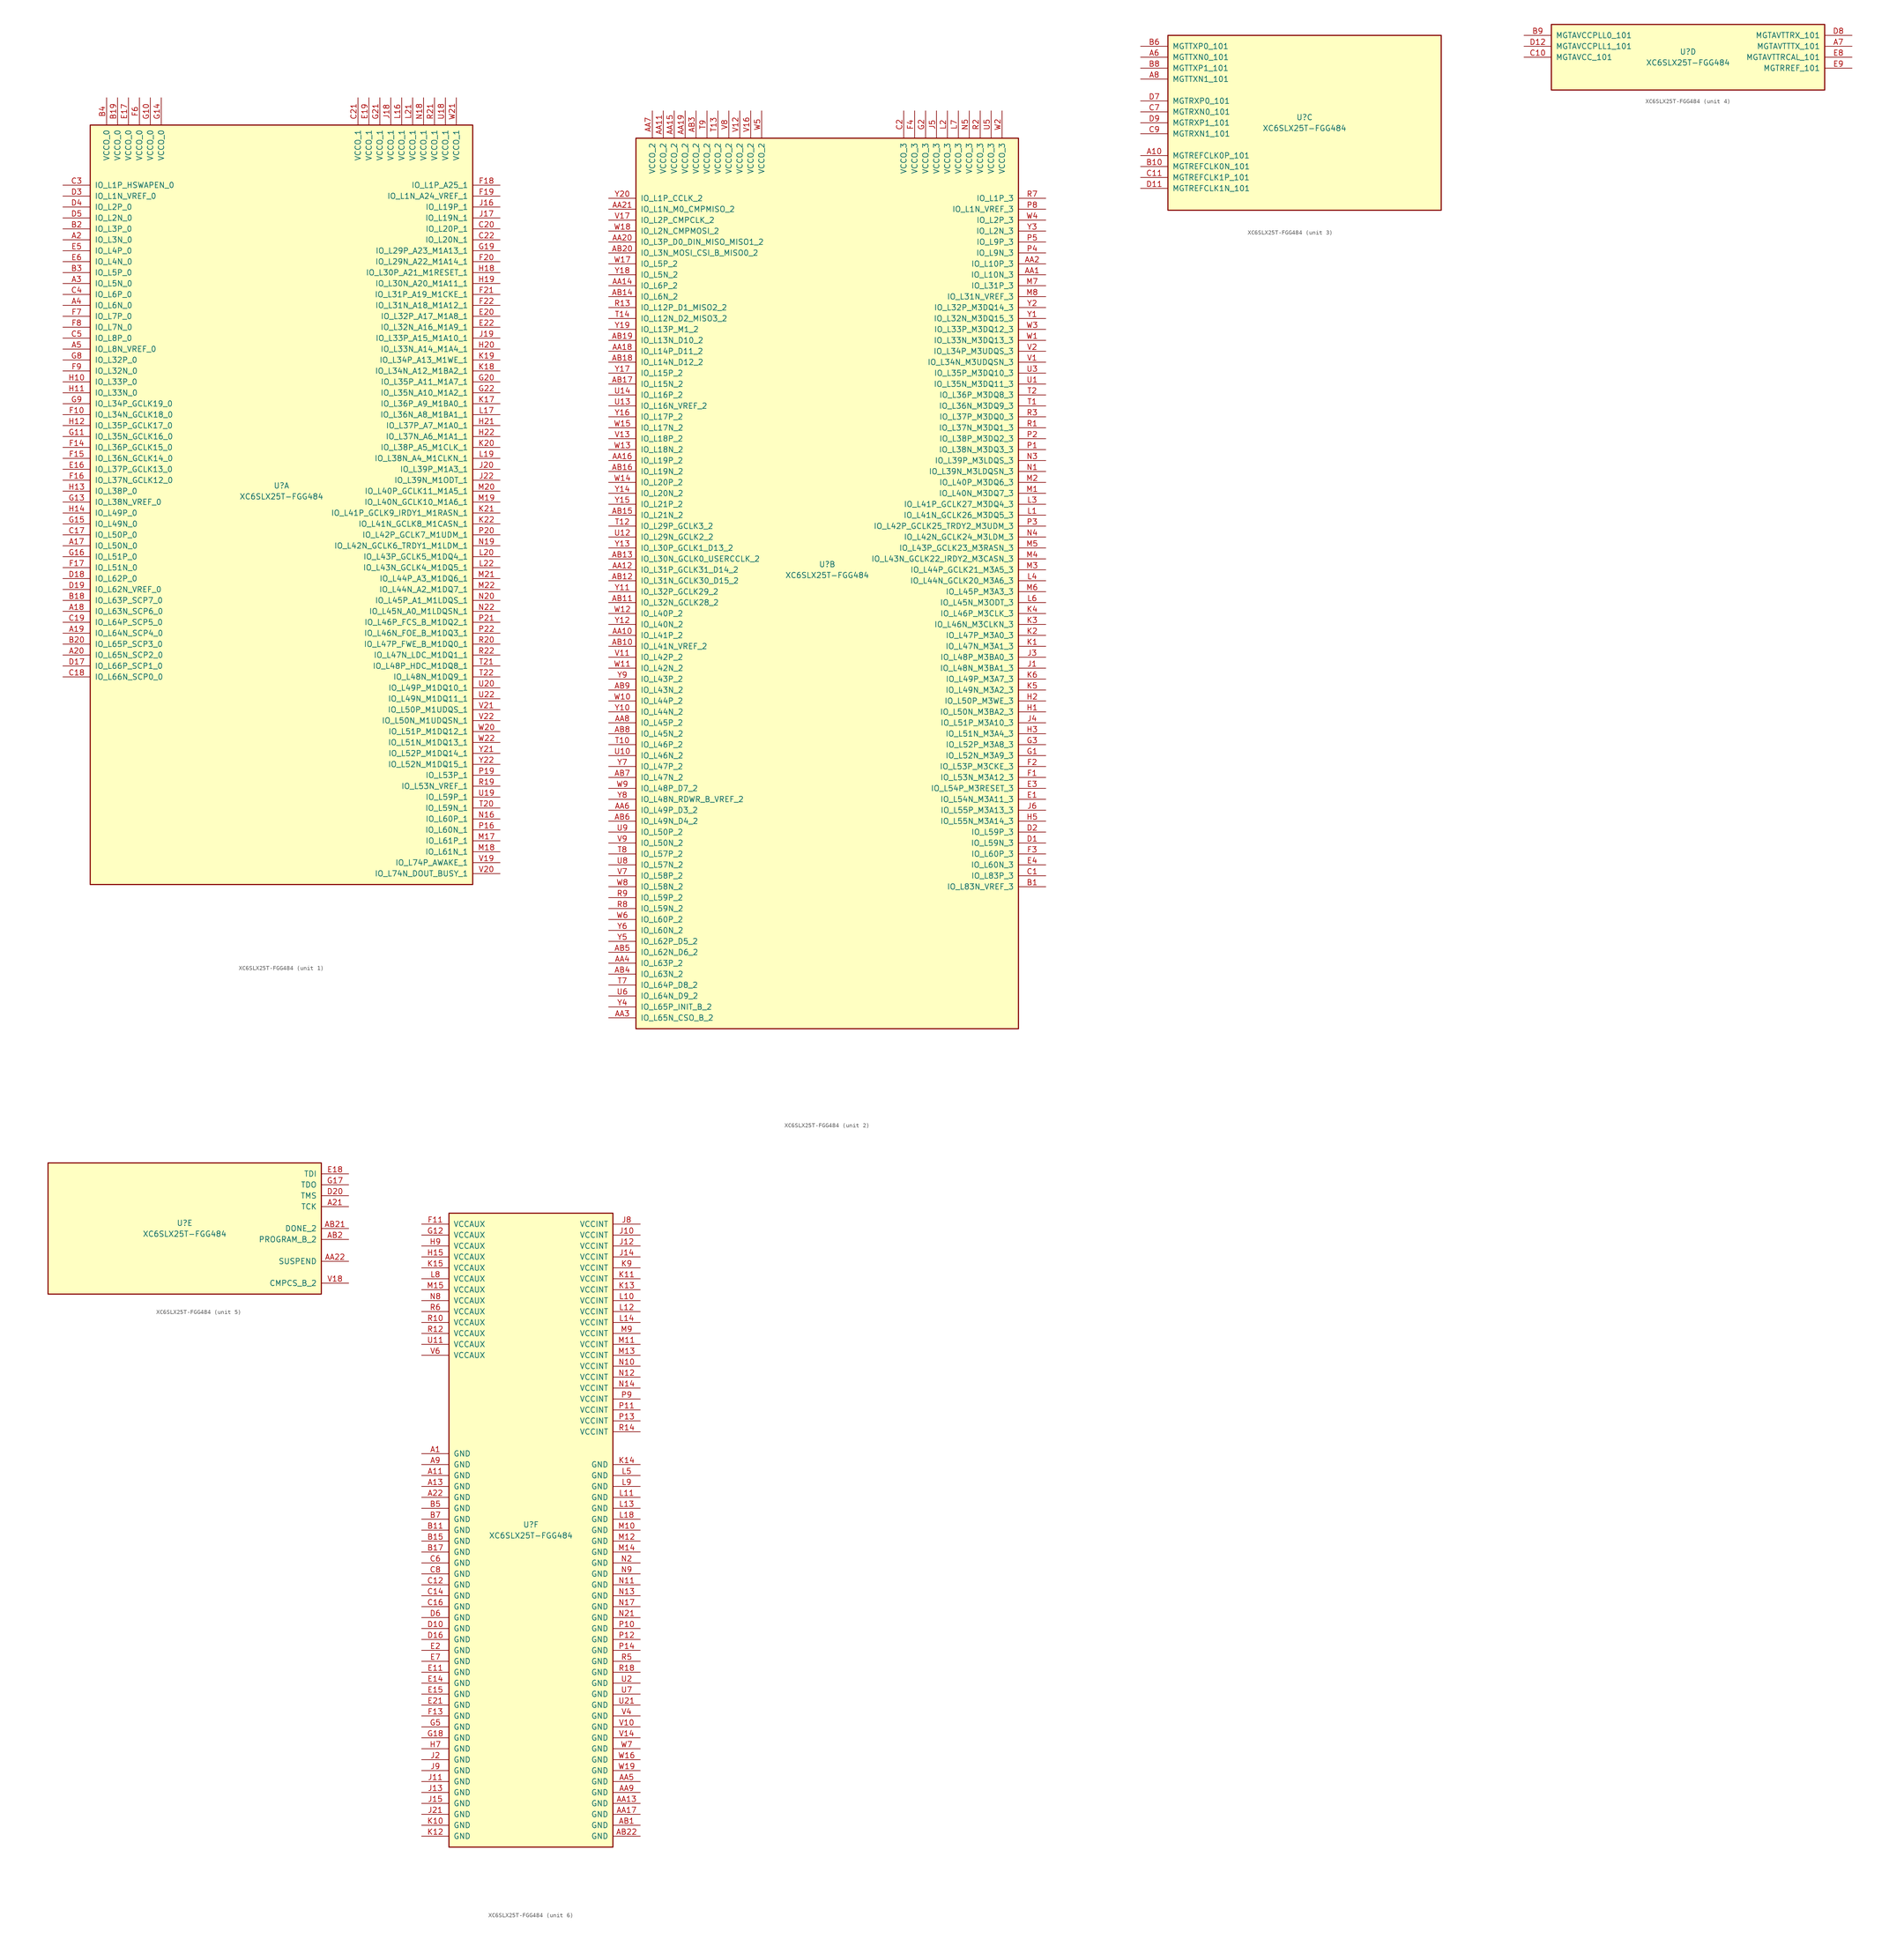
<source format=kicad_sym>
(kicad_symbol_lib
  (version 20201005)
  (generator kicad_symbol_editor)
  (symbol "XC6SLX25T-FGG484"
    (pin_names
      (offset 1.016))
    (property "Reference" "U"
      (at 0 1.27 0)
      (effects (font (size 1.27 1.27))))
    (property "Value" "XC6SLX25T-FGG484"
      (at 0 -1.27 0)
      (effects (font (size 1.27 1.27))))
    (property "Datasheet" ""
      (at 0 0 0)
      (effects (font (size 1.27 1.27))))
    (property "ki_locked" ""
      (at 0 0 0)
      (effects (font (size 1.27 1.27))))
    (symbol "XC6SLX25T-FGG484_1_1"
      (rectangle (start -44.45 85.09) (end 44.45 -91.44) (stroke (width 0.254)) (fill (type background)))
      (pin bidirectional line (at -50.8 -12.7 0) (length 6.35) (name "IO_L50N_0" (effects (font (size 1.27 1.27)))) (number "A17" (effects (font (size 1.27 1.27)))))
      (pin bidirectional line (at -50.8 -27.94 0) (length 6.35) (name "IO_L63N_SCP6_0" (effects (font (size 1.27 1.27)))) (number "A18" (effects (font (size 1.27 1.27)))))
      (pin bidirectional line (at -50.8 -33.02 0) (length 6.35) (name "IO_L64N_SCP4_0" (effects (font (size 1.27 1.27)))) (number "A19" (effects (font (size 1.27 1.27)))))
      (pin bidirectional line (at -50.8 58.42 0) (length 6.35) (name "IO_L3N_0" (effects (font (size 1.27 1.27)))) (number "A2" (effects (font (size 1.27 1.27)))))
      (pin bidirectional line (at -50.8 -38.1 0) (length 6.35) (name "IO_L65N_SCP2_0" (effects (font (size 1.27 1.27)))) (number "A20" (effects (font (size 1.27 1.27)))))
      (pin bidirectional line (at -50.8 48.26 0) (length 6.35) (name "IO_L5N_0" (effects (font (size 1.27 1.27)))) (number "A3" (effects (font (size 1.27 1.27)))))
      (pin bidirectional line (at -50.8 43.18 0) (length 6.35) (name "IO_L6N_0" (effects (font (size 1.27 1.27)))) (number "A4" (effects (font (size 1.27 1.27)))))
      (pin bidirectional line (at -50.8 33.02 0) (length 6.35) (name "IO_L8N_VREF_0" (effects (font (size 1.27 1.27)))) (number "A5" (effects (font (size 1.27 1.27)))))
      (pin bidirectional line (at -50.8 -25.4 0) (length 6.35) (name "IO_L63P_SCP7_0" (effects (font (size 1.27 1.27)))) (number "B18" (effects (font (size 1.27 1.27)))))
      (pin power_in line (at -38.1 91.44 270) (length 6.35) (name "VCCO_0" (effects (font (size 1.27 1.27)))) (number "B19" (effects (font (size 1.27 1.27)))))
      (pin bidirectional line (at -50.8 60.96 0) (length 6.35) (name "IO_L3P_0" (effects (font (size 1.27 1.27)))) (number "B2" (effects (font (size 1.27 1.27)))))
      (pin bidirectional line (at -50.8 -35.56 0) (length 6.35) (name "IO_L65P_SCP3_0" (effects (font (size 1.27 1.27)))) (number "B20" (effects (font (size 1.27 1.27)))))
      (pin bidirectional line (at -50.8 50.8 0) (length 6.35) (name "IO_L5P_0" (effects (font (size 1.27 1.27)))) (number "B3" (effects (font (size 1.27 1.27)))))
      (pin power_in line (at -40.64 91.44 270) (length 6.35) (name "VCCO_0" (effects (font (size 1.27 1.27)))) (number "B4" (effects (font (size 1.27 1.27)))))
      (pin bidirectional line (at -50.8 -10.16 0) (length 6.35) (name "IO_L50P_0" (effects (font (size 1.27 1.27)))) (number "C17" (effects (font (size 1.27 1.27)))))
      (pin bidirectional line (at -50.8 -43.18 0) (length 6.35) (name "IO_L66N_SCP0_0" (effects (font (size 1.27 1.27)))) (number "C18" (effects (font (size 1.27 1.27)))))
      (pin bidirectional line (at -50.8 -30.48 0) (length 6.35) (name "IO_L64P_SCP5_0" (effects (font (size 1.27 1.27)))) (number "C19" (effects (font (size 1.27 1.27)))))
      (pin bidirectional line (at 50.8 60.96 180) (length 6.35) (name "IO_L20P_1" (effects (font (size 1.27 1.27)))) (number "C20" (effects (font (size 1.27 1.27)))))
      (pin power_in line (at 17.78 91.44 270) (length 6.35) (name "VCCO_1" (effects (font (size 1.27 1.27)))) (number "C21" (effects (font (size 1.27 1.27)))))
      (pin bidirectional line (at 50.8 58.42 180) (length 6.35) (name "IO_L20N_1" (effects (font (size 1.27 1.27)))) (number "C22" (effects (font (size 1.27 1.27)))))
      (pin bidirectional line (at -50.8 71.12 0) (length 6.35) (name "IO_L1P_HSWAPEN_0" (effects (font (size 1.27 1.27)))) (number "C3" (effects (font (size 1.27 1.27)))))
      (pin bidirectional line (at -50.8 45.72 0) (length 6.35) (name "IO_L6P_0" (effects (font (size 1.27 1.27)))) (number "C4" (effects (font (size 1.27 1.27)))))
      (pin bidirectional line (at -50.8 35.56 0) (length 6.35) (name "IO_L8P_0" (effects (font (size 1.27 1.27)))) (number "C5" (effects (font (size 1.27 1.27)))))
      (pin bidirectional line (at -50.8 -40.64 0) (length 6.35) (name "IO_L66P_SCP1_0" (effects (font (size 1.27 1.27)))) (number "D17" (effects (font (size 1.27 1.27)))))
      (pin bidirectional line (at -50.8 -20.32 0) (length 6.35) (name "IO_L62P_0" (effects (font (size 1.27 1.27)))) (number "D18" (effects (font (size 1.27 1.27)))))
      (pin bidirectional line (at -50.8 -22.86 0) (length 6.35) (name "IO_L62N_VREF_0" (effects (font (size 1.27 1.27)))) (number "D19" (effects (font (size 1.27 1.27)))))
      (pin bidirectional line (at -50.8 68.58 0) (length 6.35) (name "IO_L1N_VREF_0" (effects (font (size 1.27 1.27)))) (number "D3" (effects (font (size 1.27 1.27)))))
      (pin bidirectional line (at -50.8 66.04 0) (length 6.35) (name "IO_L2P_0" (effects (font (size 1.27 1.27)))) (number "D4" (effects (font (size 1.27 1.27)))))
      (pin bidirectional line (at -50.8 63.5 0) (length 6.35) (name "IO_L2N_0" (effects (font (size 1.27 1.27)))) (number "D5" (effects (font (size 1.27 1.27)))))
      (pin bidirectional line (at -50.8 5.08 0) (length 6.35) (name "IO_L37P_GCLK13_0" (effects (font (size 1.27 1.27)))) (number "E16" (effects (font (size 1.27 1.27)))))
      (pin power_in line (at -35.56 91.44 270) (length 6.35) (name "VCCO_0" (effects (font (size 1.27 1.27)))) (number "E17" (effects (font (size 1.27 1.27)))))
      (pin power_in line (at 20.32 91.44 270) (length 6.35) (name "VCCO_1" (effects (font (size 1.27 1.27)))) (number "E19" (effects (font (size 1.27 1.27)))))
      (pin bidirectional line (at 50.8 40.64 180) (length 6.35) (name "IO_L32P_A17_M1A8_1" (effects (font (size 1.27 1.27)))) (number "E20" (effects (font (size 1.27 1.27)))))
      (pin bidirectional line (at 50.8 38.1 180) (length 6.35) (name "IO_L32N_A16_M1A9_1" (effects (font (size 1.27 1.27)))) (number "E22" (effects (font (size 1.27 1.27)))))
      (pin bidirectional line (at -50.8 55.88 0) (length 6.35) (name "IO_L4P_0" (effects (font (size 1.27 1.27)))) (number "E5" (effects (font (size 1.27 1.27)))))
      (pin bidirectional line (at -50.8 53.34 0) (length 6.35) (name "IO_L4N_0" (effects (font (size 1.27 1.27)))) (number "E6" (effects (font (size 1.27 1.27)))))
      (pin bidirectional line (at -50.8 17.78 0) (length 6.35) (name "IO_L34N_GCLK18_0" (effects (font (size 1.27 1.27)))) (number "F10" (effects (font (size 1.27 1.27)))))
      (pin bidirectional line (at -50.8 10.16 0) (length 6.35) (name "IO_L36P_GCLK15_0" (effects (font (size 1.27 1.27)))) (number "F14" (effects (font (size 1.27 1.27)))))
      (pin bidirectional line (at -50.8 7.62 0) (length 6.35) (name "IO_L36N_GCLK14_0" (effects (font (size 1.27 1.27)))) (number "F15" (effects (font (size 1.27 1.27)))))
      (pin bidirectional line (at -50.8 2.54 0) (length 6.35) (name "IO_L37N_GCLK12_0" (effects (font (size 1.27 1.27)))) (number "F16" (effects (font (size 1.27 1.27)))))
      (pin bidirectional line (at -50.8 -17.78 0) (length 6.35) (name "IO_L51N_0" (effects (font (size 1.27 1.27)))) (number "F17" (effects (font (size 1.27 1.27)))))
      (pin bidirectional line (at 50.8 71.12 180) (length 6.35) (name "IO_L1P_A25_1" (effects (font (size 1.27 1.27)))) (number "F18" (effects (font (size 1.27 1.27)))))
      (pin bidirectional line (at 50.8 68.58 180) (length 6.35) (name "IO_L1N_A24_VREF_1" (effects (font (size 1.27 1.27)))) (number "F19" (effects (font (size 1.27 1.27)))))
      (pin bidirectional line (at 50.8 53.34 180) (length 6.35) (name "IO_L29N_A22_M1A14_1" (effects (font (size 1.27 1.27)))) (number "F20" (effects (font (size 1.27 1.27)))))
      (pin bidirectional line (at 50.8 45.72 180) (length 6.35) (name "IO_L31P_A19_M1CKE_1" (effects (font (size 1.27 1.27)))) (number "F21" (effects (font (size 1.27 1.27)))))
      (pin bidirectional line (at 50.8 43.18 180) (length 6.35) (name "IO_L31N_A18_M1A12_1" (effects (font (size 1.27 1.27)))) (number "F22" (effects (font (size 1.27 1.27)))))
      (pin power_in line (at -33.02 91.44 270) (length 6.35) (name "VCCO_0" (effects (font (size 1.27 1.27)))) (number "F6" (effects (font (size 1.27 1.27)))))
      (pin bidirectional line (at -50.8 40.64 0) (length 6.35) (name "IO_L7P_0" (effects (font (size 1.27 1.27)))) (number "F7" (effects (font (size 1.27 1.27)))))
      (pin bidirectional line (at -50.8 38.1 0) (length 6.35) (name "IO_L7N_0" (effects (font (size 1.27 1.27)))) (number "F8" (effects (font (size 1.27 1.27)))))
      (pin bidirectional line (at -50.8 27.94 0) (length 6.35) (name "IO_L32N_0" (effects (font (size 1.27 1.27)))) (number "F9" (effects (font (size 1.27 1.27)))))
      (pin power_in line (at -30.48 91.44 270) (length 6.35) (name "VCCO_0" (effects (font (size 1.27 1.27)))) (number "G10" (effects (font (size 1.27 1.27)))))
      (pin bidirectional line (at -50.8 12.7 0) (length 6.35) (name "IO_L35N_GCLK16_0" (effects (font (size 1.27 1.27)))) (number "G11" (effects (font (size 1.27 1.27)))))
      (pin bidirectional line (at -50.8 -2.54 0) (length 6.35) (name "IO_L38N_VREF_0" (effects (font (size 1.27 1.27)))) (number "G13" (effects (font (size 1.27 1.27)))))
      (pin power_in line (at -27.94 91.44 270) (length 6.35) (name "VCCO_0" (effects (font (size 1.27 1.27)))) (number "G14" (effects (font (size 1.27 1.27)))))
      (pin bidirectional line (at -50.8 -7.62 0) (length 6.35) (name "IO_L49N_0" (effects (font (size 1.27 1.27)))) (number "G15" (effects (font (size 1.27 1.27)))))
      (pin bidirectional line (at -50.8 -15.24 0) (length 6.35) (name "IO_L51P_0" (effects (font (size 1.27 1.27)))) (number "G16" (effects (font (size 1.27 1.27)))))
      (pin bidirectional line (at 50.8 55.88 180) (length 6.35) (name "IO_L29P_A23_M1A13_1" (effects (font (size 1.27 1.27)))) (number "G19" (effects (font (size 1.27 1.27)))))
      (pin bidirectional line (at 50.8 25.4 180) (length 6.35) (name "IO_L35P_A11_M1A7_1" (effects (font (size 1.27 1.27)))) (number "G20" (effects (font (size 1.27 1.27)))))
      (pin power_in line (at 22.86 91.44 270) (length 6.35) (name "VCCO_1" (effects (font (size 1.27 1.27)))) (number "G21" (effects (font (size 1.27 1.27)))))
      (pin bidirectional line (at 50.8 22.86 180) (length 6.35) (name "IO_L35N_A10_M1A2_1" (effects (font (size 1.27 1.27)))) (number "G22" (effects (font (size 1.27 1.27)))))
      (pin bidirectional line (at -50.8 30.48 0) (length 6.35) (name "IO_L32P_0" (effects (font (size 1.27 1.27)))) (number "G8" (effects (font (size 1.27 1.27)))))
      (pin bidirectional line (at -50.8 20.32 0) (length 6.35) (name "IO_L34P_GCLK19_0" (effects (font (size 1.27 1.27)))) (number "G9" (effects (font (size 1.27 1.27)))))
      (pin bidirectional line (at -50.8 25.4 0) (length 6.35) (name "IO_L33P_0" (effects (font (size 1.27 1.27)))) (number "H10" (effects (font (size 1.27 1.27)))))
      (pin bidirectional line (at -50.8 22.86 0) (length 6.35) (name "IO_L33N_0" (effects (font (size 1.27 1.27)))) (number "H11" (effects (font (size 1.27 1.27)))))
      (pin bidirectional line (at -50.8 15.24 0) (length 6.35) (name "IO_L35P_GCLK17_0" (effects (font (size 1.27 1.27)))) (number "H12" (effects (font (size 1.27 1.27)))))
      (pin bidirectional line (at -50.8 0 0) (length 6.35) (name "IO_L38P_0" (effects (font (size 1.27 1.27)))) (number "H13" (effects (font (size 1.27 1.27)))))
      (pin bidirectional line (at -50.8 -5.08 0) (length 6.35) (name "IO_L49P_0" (effects (font (size 1.27 1.27)))) (number "H14" (effects (font (size 1.27 1.27)))))
      (pin bidirectional line (at 50.8 50.8 180) (length 6.35) (name "IO_L30P_A21_M1RESET_1" (effects (font (size 1.27 1.27)))) (number "H18" (effects (font (size 1.27 1.27)))))
      (pin bidirectional line (at 50.8 48.26 180) (length 6.35) (name "IO_L30N_A20_M1A11_1" (effects (font (size 1.27 1.27)))) (number "H19" (effects (font (size 1.27 1.27)))))
      (pin bidirectional line (at 50.8 33.02 180) (length 6.35) (name "IO_L33N_A14_M1A4_1" (effects (font (size 1.27 1.27)))) (number "H20" (effects (font (size 1.27 1.27)))))
      (pin bidirectional line (at 50.8 15.24 180) (length 6.35) (name "IO_L37P_A7_M1A0_1" (effects (font (size 1.27 1.27)))) (number "H21" (effects (font (size 1.27 1.27)))))
      (pin bidirectional line (at 50.8 12.7 180) (length 6.35) (name "IO_L37N_A6_M1A1_1" (effects (font (size 1.27 1.27)))) (number "H22" (effects (font (size 1.27 1.27)))))
      (pin bidirectional line (at 50.8 66.04 180) (length 6.35) (name "IO_L19P_1" (effects (font (size 1.27 1.27)))) (number "J16" (effects (font (size 1.27 1.27)))))
      (pin bidirectional line (at 50.8 63.5 180) (length 6.35) (name "IO_L19N_1" (effects (font (size 1.27 1.27)))) (number "J17" (effects (font (size 1.27 1.27)))))
      (pin power_in line (at 25.4 91.44 270) (length 6.35) (name "VCCO_1" (effects (font (size 1.27 1.27)))) (number "J18" (effects (font (size 1.27 1.27)))))
      (pin bidirectional line (at 50.8 35.56 180) (length 6.35) (name "IO_L33P_A15_M1A10_1" (effects (font (size 1.27 1.27)))) (number "J19" (effects (font (size 1.27 1.27)))))
      (pin bidirectional line (at 50.8 5.08 180) (length 6.35) (name "IO_L39P_M1A3_1" (effects (font (size 1.27 1.27)))) (number "J20" (effects (font (size 1.27 1.27)))))
      (pin bidirectional line (at 50.8 2.54 180) (length 6.35) (name "IO_L39N_M1ODT_1" (effects (font (size 1.27 1.27)))) (number "J22" (effects (font (size 1.27 1.27)))))
      (pin bidirectional line (at 50.8 20.32 180) (length 6.35) (name "IO_L36P_A9_M1BA0_1" (effects (font (size 1.27 1.27)))) (number "K17" (effects (font (size 1.27 1.27)))))
      (pin bidirectional line (at 50.8 27.94 180) (length 6.35) (name "IO_L34N_A12_M1BA2_1" (effects (font (size 1.27 1.27)))) (number "K18" (effects (font (size 1.27 1.27)))))
      (pin bidirectional line (at 50.8 30.48 180) (length 6.35) (name "IO_L34P_A13_M1WE_1" (effects (font (size 1.27 1.27)))) (number "K19" (effects (font (size 1.27 1.27)))))
      (pin bidirectional line (at 50.8 10.16 180) (length 6.35) (name "IO_L38P_A5_M1CLK_1" (effects (font (size 1.27 1.27)))) (number "K20" (effects (font (size 1.27 1.27)))))
      (pin bidirectional line (at 50.8 -5.08 180) (length 6.35) (name "IO_L41P_GCLK9_IRDY1_M1RASN_1" (effects (font (size 1.27 1.27)))) (number "K21" (effects (font (size 1.27 1.27)))))
      (pin bidirectional line (at 50.8 -7.62 180) (length 6.35) (name "IO_L41N_GCLK8_M1CASN_1" (effects (font (size 1.27 1.27)))) (number "K22" (effects (font (size 1.27 1.27)))))
      (pin power_in line (at 27.94 91.44 270) (length 6.35) (name "VCCO_1" (effects (font (size 1.27 1.27)))) (number "L16" (effects (font (size 1.27 1.27)))))
      (pin bidirectional line (at 50.8 17.78 180) (length 6.35) (name "IO_L36N_A8_M1BA1_1" (effects (font (size 1.27 1.27)))) (number "L17" (effects (font (size 1.27 1.27)))))
      (pin bidirectional line (at 50.8 7.62 180) (length 6.35) (name "IO_L38N_A4_M1CLKN_1" (effects (font (size 1.27 1.27)))) (number "L19" (effects (font (size 1.27 1.27)))))
      (pin bidirectional line (at 50.8 -15.24 180) (length 6.35) (name "IO_L43P_GCLK5_M1DQ4_1" (effects (font (size 1.27 1.27)))) (number "L20" (effects (font (size 1.27 1.27)))))
      (pin power_in line (at 30.48 91.44 270) (length 6.35) (name "VCCO_1" (effects (font (size 1.27 1.27)))) (number "L21" (effects (font (size 1.27 1.27)))))
      (pin bidirectional line (at 50.8 -17.78 180) (length 6.35) (name "IO_L43N_GCLK4_M1DQ5_1" (effects (font (size 1.27 1.27)))) (number "L22" (effects (font (size 1.27 1.27)))))
      (pin bidirectional line (at 50.8 -81.28 180) (length 6.35) (name "IO_L61P_1" (effects (font (size 1.27 1.27)))) (number "M17" (effects (font (size 1.27 1.27)))))
      (pin bidirectional line (at 50.8 -83.82 180) (length 6.35) (name "IO_L61N_1" (effects (font (size 1.27 1.27)))) (number "M18" (effects (font (size 1.27 1.27)))))
      (pin bidirectional line (at 50.8 -2.54 180) (length 6.35) (name "IO_L40N_GCLK10_M1A6_1" (effects (font (size 1.27 1.27)))) (number "M19" (effects (font (size 1.27 1.27)))))
      (pin bidirectional line (at 50.8 0 180) (length 6.35) (name "IO_L40P_GCLK11_M1A5_1" (effects (font (size 1.27 1.27)))) (number "M20" (effects (font (size 1.27 1.27)))))
      (pin bidirectional line (at 50.8 -20.32 180) (length 6.35) (name "IO_L44P_A3_M1DQ6_1" (effects (font (size 1.27 1.27)))) (number "M21" (effects (font (size 1.27 1.27)))))
      (pin bidirectional line (at 50.8 -22.86 180) (length 6.35) (name "IO_L44N_A2_M1DQ7_1" (effects (font (size 1.27 1.27)))) (number "M22" (effects (font (size 1.27 1.27)))))
      (pin bidirectional line (at 50.8 -76.2 180) (length 6.35) (name "IO_L60P_1" (effects (font (size 1.27 1.27)))) (number "N16" (effects (font (size 1.27 1.27)))))
      (pin power_in line (at 33.02 91.44 270) (length 6.35) (name "VCCO_1" (effects (font (size 1.27 1.27)))) (number "N18" (effects (font (size 1.27 1.27)))))
      (pin bidirectional line (at 50.8 -12.7 180) (length 6.35) (name "IO_L42N_GCLK6_TRDY1_M1LDM_1" (effects (font (size 1.27 1.27)))) (number "N19" (effects (font (size 1.27 1.27)))))
      (pin bidirectional line (at 50.8 -25.4 180) (length 6.35) (name "IO_L45P_A1_M1LDQS_1" (effects (font (size 1.27 1.27)))) (number "N20" (effects (font (size 1.27 1.27)))))
      (pin bidirectional line (at 50.8 -27.94 180) (length 6.35) (name "IO_L45N_A0_M1LDQSN_1" (effects (font (size 1.27 1.27)))) (number "N22" (effects (font (size 1.27 1.27)))))
      (pin bidirectional line (at 50.8 -78.74 180) (length 6.35) (name "IO_L60N_1" (effects (font (size 1.27 1.27)))) (number "P16" (effects (font (size 1.27 1.27)))))
      (pin bidirectional line (at 50.8 -66.04 180) (length 6.35) (name "IO_L53P_1" (effects (font (size 1.27 1.27)))) (number "P19" (effects (font (size 1.27 1.27)))))
      (pin bidirectional line (at 50.8 -10.16 180) (length 6.35) (name "IO_L42P_GCLK7_M1UDM_1" (effects (font (size 1.27 1.27)))) (number "P20" (effects (font (size 1.27 1.27)))))
      (pin bidirectional line (at 50.8 -30.48 180) (length 6.35) (name "IO_L46P_FCS_B_M1DQ2_1" (effects (font (size 1.27 1.27)))) (number "P21" (effects (font (size 1.27 1.27)))))
      (pin bidirectional line (at 50.8 -33.02 180) (length 6.35) (name "IO_L46N_FOE_B_M1DQ3_1" (effects (font (size 1.27 1.27)))) (number "P22" (effects (font (size 1.27 1.27)))))
      (pin bidirectional line (at 50.8 -68.58 180) (length 6.35) (name "IO_L53N_VREF_1" (effects (font (size 1.27 1.27)))) (number "R19" (effects (font (size 1.27 1.27)))))
      (pin bidirectional line (at 50.8 -35.56 180) (length 6.35) (name "IO_L47P_FWE_B_M1DQ0_1" (effects (font (size 1.27 1.27)))) (number "R20" (effects (font (size 1.27 1.27)))))
      (pin power_in line (at 35.56 91.44 270) (length 6.35) (name "VCCO_1" (effects (font (size 1.27 1.27)))) (number "R21" (effects (font (size 1.27 1.27)))))
      (pin bidirectional line (at 50.8 -38.1 180) (length 6.35) (name "IO_L47N_LDC_M1DQ1_1" (effects (font (size 1.27 1.27)))) (number "R22" (effects (font (size 1.27 1.27)))))
      (pin bidirectional line (at 50.8 -73.66 180) (length 6.35) (name "IO_L59N_1" (effects (font (size 1.27 1.27)))) (number "T20" (effects (font (size 1.27 1.27)))))
      (pin bidirectional line (at 50.8 -40.64 180) (length 6.35) (name "IO_L48P_HDC_M1DQ8_1" (effects (font (size 1.27 1.27)))) (number "T21" (effects (font (size 1.27 1.27)))))
      (pin bidirectional line (at 50.8 -43.18 180) (length 6.35) (name "IO_L48N_M1DQ9_1" (effects (font (size 1.27 1.27)))) (number "T22" (effects (font (size 1.27 1.27)))))
      (pin power_in line (at 38.1 91.44 270) (length 6.35) (name "VCCO_1" (effects (font (size 1.27 1.27)))) (number "U18" (effects (font (size 1.27 1.27)))))
      (pin bidirectional line (at 50.8 -71.12 180) (length 6.35) (name "IO_L59P_1" (effects (font (size 1.27 1.27)))) (number "U19" (effects (font (size 1.27 1.27)))))
      (pin bidirectional line (at 50.8 -45.72 180) (length 6.35) (name "IO_L49P_M1DQ10_1" (effects (font (size 1.27 1.27)))) (number "U20" (effects (font (size 1.27 1.27)))))
      (pin bidirectional line (at 50.8 -48.26 180) (length 6.35) (name "IO_L49N_M1DQ11_1" (effects (font (size 1.27 1.27)))) (number "U22" (effects (font (size 1.27 1.27)))))
      (pin bidirectional line (at 50.8 -86.36 180) (length 6.35) (name "IO_L74P_AWAKE_1" (effects (font (size 1.27 1.27)))) (number "V19" (effects (font (size 1.27 1.27)))))
      (pin bidirectional line (at 50.8 -88.9 180) (length 6.35) (name "IO_L74N_DOUT_BUSY_1" (effects (font (size 1.27 1.27)))) (number "V20" (effects (font (size 1.27 1.27)))))
      (pin bidirectional line (at 50.8 -50.8 180) (length 6.35) (name "IO_L50P_M1UDQS_1" (effects (font (size 1.27 1.27)))) (number "V21" (effects (font (size 1.27 1.27)))))
      (pin bidirectional line (at 50.8 -53.34 180) (length 6.35) (name "IO_L50N_M1UDQSN_1" (effects (font (size 1.27 1.27)))) (number "V22" (effects (font (size 1.27 1.27)))))
      (pin bidirectional line (at 50.8 -55.88 180) (length 6.35) (name "IO_L51P_M1DQ12_1" (effects (font (size 1.27 1.27)))) (number "W20" (effects (font (size 1.27 1.27)))))
      (pin power_in line (at 40.64 91.44 270) (length 6.35) (name "VCCO_1" (effects (font (size 1.27 1.27)))) (number "W21" (effects (font (size 1.27 1.27)))))
      (pin bidirectional line (at 50.8 -58.42 180) (length 6.35) (name "IO_L51N_M1DQ13_1" (effects (font (size 1.27 1.27)))) (number "W22" (effects (font (size 1.27 1.27)))))
      (pin bidirectional line (at 50.8 -60.96 180) (length 6.35) (name "IO_L52P_M1DQ14_1" (effects (font (size 1.27 1.27)))) (number "Y21" (effects (font (size 1.27 1.27)))))
      (pin bidirectional line (at 50.8 -63.5 180) (length 6.35) (name "IO_L52N_M1DQ15_1" (effects (font (size 1.27 1.27)))) (number "Y22" (effects (font (size 1.27 1.27))))))
    (symbol "XC6SLX25T-FGG484_2_1"
      (rectangle (start -44.45 100.33) (end 44.45 -106.68) (stroke (width 0.254)) (fill (type background)))
      (pin bidirectional line (at 50.8 68.58 180) (length 6.35) (name "IO_L10N_3" (effects (font (size 1.27 1.27)))) (number "AA1" (effects (font (size 1.27 1.27)))))
      (pin bidirectional line (at -50.8 -15.24 0) (length 6.35) (name "IO_L41P_2" (effects (font (size 1.27 1.27)))) (number "AA10" (effects (font (size 1.27 1.27)))))
      (pin power_in line (at -38.1 106.68 270) (length 6.35) (name "VCCO_2" (effects (font (size 1.27 1.27)))) (number "AA11" (effects (font (size 1.27 1.27)))))
      (pin bidirectional line (at -50.8 0 0) (length 6.35) (name "IO_L31P_GCLK31_D14_2" (effects (font (size 1.27 1.27)))) (number "AA12" (effects (font (size 1.27 1.27)))))
      (pin bidirectional line (at -50.8 66.04 0) (length 6.35) (name "IO_L6P_2" (effects (font (size 1.27 1.27)))) (number "AA14" (effects (font (size 1.27 1.27)))))
      (pin power_in line (at -35.56 106.68 270) (length 6.35) (name "VCCO_2" (effects (font (size 1.27 1.27)))) (number "AA15" (effects (font (size 1.27 1.27)))))
      (pin bidirectional line (at -50.8 25.4 0) (length 6.35) (name "IO_L19P_2" (effects (font (size 1.27 1.27)))) (number "AA16" (effects (font (size 1.27 1.27)))))
      (pin bidirectional line (at -50.8 50.8 0) (length 6.35) (name "IO_L14P_D11_2" (effects (font (size 1.27 1.27)))) (number "AA18" (effects (font (size 1.27 1.27)))))
      (pin power_in line (at -33.02 106.68 270) (length 6.35) (name "VCCO_2" (effects (font (size 1.27 1.27)))) (number "AA19" (effects (font (size 1.27 1.27)))))
      (pin bidirectional line (at 50.8 71.12 180) (length 6.35) (name "IO_L10P_3" (effects (font (size 1.27 1.27)))) (number "AA2" (effects (font (size 1.27 1.27)))))
      (pin bidirectional line (at -50.8 76.2 0) (length 6.35) (name "IO_L3P_D0_DIN_MISO_MISO1_2" (effects (font (size 1.27 1.27)))) (number "AA20" (effects (font (size 1.27 1.27)))))
      (pin bidirectional line (at -50.8 83.82 0) (length 6.35) (name "IO_L1N_M0_CMPMISO_2" (effects (font (size 1.27 1.27)))) (number "AA21" (effects (font (size 1.27 1.27)))))
      (pin bidirectional line (at -50.8 -104.14 0) (length 6.35) (name "IO_L65N_CSO_B_2" (effects (font (size 1.27 1.27)))) (number "AA3" (effects (font (size 1.27 1.27)))))
      (pin bidirectional line (at -50.8 -91.44 0) (length 6.35) (name "IO_L63P_2" (effects (font (size 1.27 1.27)))) (number "AA4" (effects (font (size 1.27 1.27)))))
      (pin bidirectional line (at -50.8 -55.88 0) (length 6.35) (name "IO_L49P_D3_2" (effects (font (size 1.27 1.27)))) (number "AA6" (effects (font (size 1.27 1.27)))))
      (pin power_in line (at -40.64 106.68 270) (length 6.35) (name "VCCO_2" (effects (font (size 1.27 1.27)))) (number "AA7" (effects (font (size 1.27 1.27)))))
      (pin bidirectional line (at -50.8 -35.56 0) (length 6.35) (name "IO_L45P_2" (effects (font (size 1.27 1.27)))) (number "AA8" (effects (font (size 1.27 1.27)))))
      (pin bidirectional line (at -50.8 -17.78 0) (length 6.35) (name "IO_L41N_VREF_2" (effects (font (size 1.27 1.27)))) (number "AB10" (effects (font (size 1.27 1.27)))))
      (pin bidirectional line (at -50.8 -7.62 0) (length 6.35) (name "IO_L32N_GCLK28_2" (effects (font (size 1.27 1.27)))) (number "AB11" (effects (font (size 1.27 1.27)))))
      (pin bidirectional line (at -50.8 -2.54 0) (length 6.35) (name "IO_L31N_GCLK30_D15_2" (effects (font (size 1.27 1.27)))) (number "AB12" (effects (font (size 1.27 1.27)))))
      (pin bidirectional line (at -50.8 2.54 0) (length 6.35) (name "IO_L30N_GCLK0_USERCCLK_2" (effects (font (size 1.27 1.27)))) (number "AB13" (effects (font (size 1.27 1.27)))))
      (pin bidirectional line (at -50.8 63.5 0) (length 6.35) (name "IO_L6N_2" (effects (font (size 1.27 1.27)))) (number "AB14" (effects (font (size 1.27 1.27)))))
      (pin bidirectional line (at -50.8 12.7 0) (length 6.35) (name "IO_L21N_2" (effects (font (size 1.27 1.27)))) (number "AB15" (effects (font (size 1.27 1.27)))))
      (pin bidirectional line (at -50.8 22.86 0) (length 6.35) (name "IO_L19N_2" (effects (font (size 1.27 1.27)))) (number "AB16" (effects (font (size 1.27 1.27)))))
      (pin bidirectional line (at -50.8 43.18 0) (length 6.35) (name "IO_L15N_2" (effects (font (size 1.27 1.27)))) (number "AB17" (effects (font (size 1.27 1.27)))))
      (pin bidirectional line (at -50.8 48.26 0) (length 6.35) (name "IO_L14N_D12_2" (effects (font (size 1.27 1.27)))) (number "AB18" (effects (font (size 1.27 1.27)))))
      (pin bidirectional line (at -50.8 53.34 0) (length 6.35) (name "IO_L13N_D10_2" (effects (font (size 1.27 1.27)))) (number "AB19" (effects (font (size 1.27 1.27)))))
      (pin bidirectional line (at -50.8 73.66 0) (length 6.35) (name "IO_L3N_MOSI_CSI_B_MISO0_2" (effects (font (size 1.27 1.27)))) (number "AB20" (effects (font (size 1.27 1.27)))))
      (pin power_in line (at -30.48 106.68 270) (length 6.35) (name "VCCO_2" (effects (font (size 1.27 1.27)))) (number "AB3" (effects (font (size 1.27 1.27)))))
      (pin bidirectional line (at -50.8 -93.98 0) (length 6.35) (name "IO_L63N_2" (effects (font (size 1.27 1.27)))) (number "AB4" (effects (font (size 1.27 1.27)))))
      (pin bidirectional line (at -50.8 -88.9 0) (length 6.35) (name "IO_L62N_D6_2" (effects (font (size 1.27 1.27)))) (number "AB5" (effects (font (size 1.27 1.27)))))
      (pin bidirectional line (at -50.8 -58.42 0) (length 6.35) (name "IO_L49N_D4_2" (effects (font (size 1.27 1.27)))) (number "AB6" (effects (font (size 1.27 1.27)))))
      (pin bidirectional line (at -50.8 -48.26 0) (length 6.35) (name "IO_L47N_2" (effects (font (size 1.27 1.27)))) (number "AB7" (effects (font (size 1.27 1.27)))))
      (pin bidirectional line (at -50.8 -38.1 0) (length 6.35) (name "IO_L45N_2" (effects (font (size 1.27 1.27)))) (number "AB8" (effects (font (size 1.27 1.27)))))
      (pin bidirectional line (at -50.8 -27.94 0) (length 6.35) (name "IO_L43N_2" (effects (font (size 1.27 1.27)))) (number "AB9" (effects (font (size 1.27 1.27)))))
      (pin bidirectional line (at 50.8 -73.66 180) (length 6.35) (name "IO_L83N_VREF_3" (effects (font (size 1.27 1.27)))) (number "B1" (effects (font (size 1.27 1.27)))))
      (pin bidirectional line (at 50.8 -71.12 180) (length 6.35) (name "IO_L83P_3" (effects (font (size 1.27 1.27)))) (number "C1" (effects (font (size 1.27 1.27)))))
      (pin power_in line (at 17.78 106.68 270) (length 6.35) (name "VCCO_3" (effects (font (size 1.27 1.27)))) (number "C2" (effects (font (size 1.27 1.27)))))
      (pin bidirectional line (at 50.8 -63.5 180) (length 6.35) (name "IO_L59N_3" (effects (font (size 1.27 1.27)))) (number "D1" (effects (font (size 1.27 1.27)))))
      (pin bidirectional line (at 50.8 -60.96 180) (length 6.35) (name "IO_L59P_3" (effects (font (size 1.27 1.27)))) (number "D2" (effects (font (size 1.27 1.27)))))
      (pin bidirectional line (at 50.8 -53.34 180) (length 6.35) (name "IO_L54N_M3A11_3" (effects (font (size 1.27 1.27)))) (number "E1" (effects (font (size 1.27 1.27)))))
      (pin bidirectional line (at 50.8 -50.8 180) (length 6.35) (name "IO_L54P_M3RESET_3" (effects (font (size 1.27 1.27)))) (number "E3" (effects (font (size 1.27 1.27)))))
      (pin bidirectional line (at 50.8 -68.58 180) (length 6.35) (name "IO_L60N_3" (effects (font (size 1.27 1.27)))) (number "E4" (effects (font (size 1.27 1.27)))))
      (pin bidirectional line (at 50.8 -48.26 180) (length 6.35) (name "IO_L53N_M3A12_3" (effects (font (size 1.27 1.27)))) (number "F1" (effects (font (size 1.27 1.27)))))
      (pin bidirectional line (at 50.8 -45.72 180) (length 6.35) (name "IO_L53P_M3CKE_3" (effects (font (size 1.27 1.27)))) (number "F2" (effects (font (size 1.27 1.27)))))
      (pin bidirectional line (at 50.8 -66.04 180) (length 6.35) (name "IO_L60P_3" (effects (font (size 1.27 1.27)))) (number "F3" (effects (font (size 1.27 1.27)))))
      (pin power_in line (at 20.32 106.68 270) (length 6.35) (name "VCCO_3" (effects (font (size 1.27 1.27)))) (number "F4" (effects (font (size 1.27 1.27)))))
      (pin bidirectional line (at 50.8 -43.18 180) (length 6.35) (name "IO_L52N_M3A9_3" (effects (font (size 1.27 1.27)))) (number "G1" (effects (font (size 1.27 1.27)))))
      (pin power_in line (at 22.86 106.68 270) (length 6.35) (name "VCCO_3" (effects (font (size 1.27 1.27)))) (number "G2" (effects (font (size 1.27 1.27)))))
      (pin bidirectional line (at 50.8 -40.64 180) (length 6.35) (name "IO_L52P_M3A8_3" (effects (font (size 1.27 1.27)))) (number "G3" (effects (font (size 1.27 1.27)))))
      (pin bidirectional line (at 50.8 -33.02 180) (length 6.35) (name "IO_L50N_M3BA2_3" (effects (font (size 1.27 1.27)))) (number "H1" (effects (font (size 1.27 1.27)))))
      (pin bidirectional line (at 50.8 -30.48 180) (length 6.35) (name "IO_L50P_M3WE_3" (effects (font (size 1.27 1.27)))) (number "H2" (effects (font (size 1.27 1.27)))))
      (pin bidirectional line (at 50.8 -38.1 180) (length 6.35) (name "IO_L51N_M3A4_3" (effects (font (size 1.27 1.27)))) (number "H3" (effects (font (size 1.27 1.27)))))
      (pin bidirectional line (at 50.8 -58.42 180) (length 6.35) (name "IO_L55N_M3A14_3" (effects (font (size 1.27 1.27)))) (number "H5" (effects (font (size 1.27 1.27)))))
      (pin bidirectional line (at 50.8 -22.86 180) (length 6.35) (name "IO_L48N_M3BA1_3" (effects (font (size 1.27 1.27)))) (number "J1" (effects (font (size 1.27 1.27)))))
      (pin bidirectional line (at 50.8 -20.32 180) (length 6.35) (name "IO_L48P_M3BA0_3" (effects (font (size 1.27 1.27)))) (number "J3" (effects (font (size 1.27 1.27)))))
      (pin bidirectional line (at 50.8 -35.56 180) (length 6.35) (name "IO_L51P_M3A10_3" (effects (font (size 1.27 1.27)))) (number "J4" (effects (font (size 1.27 1.27)))))
      (pin power_in line (at 25.4 106.68 270) (length 6.35) (name "VCCO_3" (effects (font (size 1.27 1.27)))) (number "J5" (effects (font (size 1.27 1.27)))))
      (pin bidirectional line (at 50.8 -55.88 180) (length 6.35) (name "IO_L55P_M3A13_3" (effects (font (size 1.27 1.27)))) (number "J6" (effects (font (size 1.27 1.27)))))
      (pin bidirectional line (at 50.8 -17.78 180) (length 6.35) (name "IO_L47N_M3A1_3" (effects (font (size 1.27 1.27)))) (number "K1" (effects (font (size 1.27 1.27)))))
      (pin bidirectional line (at 50.8 -15.24 180) (length 6.35) (name "IO_L47P_M3A0_3" (effects (font (size 1.27 1.27)))) (number "K2" (effects (font (size 1.27 1.27)))))
      (pin bidirectional line (at 50.8 -12.7 180) (length 6.35) (name "IO_L46N_M3CLKN_3" (effects (font (size 1.27 1.27)))) (number "K3" (effects (font (size 1.27 1.27)))))
      (pin bidirectional line (at 50.8 -10.16 180) (length 6.35) (name "IO_L46P_M3CLK_3" (effects (font (size 1.27 1.27)))) (number "K4" (effects (font (size 1.27 1.27)))))
      (pin bidirectional line (at 50.8 -27.94 180) (length 6.35) (name "IO_L49N_M3A2_3" (effects (font (size 1.27 1.27)))) (number "K5" (effects (font (size 1.27 1.27)))))
      (pin bidirectional line (at 50.8 -25.4 180) (length 6.35) (name "IO_L49P_M3A7_3" (effects (font (size 1.27 1.27)))) (number "K6" (effects (font (size 1.27 1.27)))))
      (pin bidirectional line (at 50.8 12.7 180) (length 6.35) (name "IO_L41N_GCLK26_M3DQ5_3" (effects (font (size 1.27 1.27)))) (number "L1" (effects (font (size 1.27 1.27)))))
      (pin power_in line (at 27.94 106.68 270) (length 6.35) (name "VCCO_3" (effects (font (size 1.27 1.27)))) (number "L2" (effects (font (size 1.27 1.27)))))
      (pin bidirectional line (at 50.8 15.24 180) (length 6.35) (name "IO_L41P_GCLK27_M3DQ4_3" (effects (font (size 1.27 1.27)))) (number "L3" (effects (font (size 1.27 1.27)))))
      (pin bidirectional line (at 50.8 -2.54 180) (length 6.35) (name "IO_L44N_GCLK20_M3A6_3" (effects (font (size 1.27 1.27)))) (number "L4" (effects (font (size 1.27 1.27)))))
      (pin bidirectional line (at 50.8 -7.62 180) (length 6.35) (name "IO_L45N_M3ODT_3" (effects (font (size 1.27 1.27)))) (number "L6" (effects (font (size 1.27 1.27)))))
      (pin power_in line (at 30.48 106.68 270) (length 6.35) (name "VCCO_3" (effects (font (size 1.27 1.27)))) (number "L7" (effects (font (size 1.27 1.27)))))
      (pin bidirectional line (at 50.8 17.78 180) (length 6.35) (name "IO_L40N_M3DQ7_3" (effects (font (size 1.27 1.27)))) (number "M1" (effects (font (size 1.27 1.27)))))
      (pin bidirectional line (at 50.8 20.32 180) (length 6.35) (name "IO_L40P_M3DQ6_3" (effects (font (size 1.27 1.27)))) (number "M2" (effects (font (size 1.27 1.27)))))
      (pin bidirectional line (at 50.8 0 180) (length 6.35) (name "IO_L44P_GCLK21_M3A5_3" (effects (font (size 1.27 1.27)))) (number "M3" (effects (font (size 1.27 1.27)))))
      (pin bidirectional line (at 50.8 2.54 180) (length 6.35) (name "IO_L43N_GCLK22_IRDY2_M3CASN_3" (effects (font (size 1.27 1.27)))) (number "M4" (effects (font (size 1.27 1.27)))))
      (pin bidirectional line (at 50.8 5.08 180) (length 6.35) (name "IO_L43P_GCLK23_M3RASN_3" (effects (font (size 1.27 1.27)))) (number "M5" (effects (font (size 1.27 1.27)))))
      (pin bidirectional line (at 50.8 -5.08 180) (length 6.35) (name "IO_L45P_M3A3_3" (effects (font (size 1.27 1.27)))) (number "M6" (effects (font (size 1.27 1.27)))))
      (pin bidirectional line (at 50.8 66.04 180) (length 6.35) (name "IO_L31P_3" (effects (font (size 1.27 1.27)))) (number "M7" (effects (font (size 1.27 1.27)))))
      (pin bidirectional line (at 50.8 63.5 180) (length 6.35) (name "IO_L31N_VREF_3" (effects (font (size 1.27 1.27)))) (number "M8" (effects (font (size 1.27 1.27)))))
      (pin bidirectional line (at 50.8 22.86 180) (length 6.35) (name "IO_L39N_M3LDQSN_3" (effects (font (size 1.27 1.27)))) (number "N1" (effects (font (size 1.27 1.27)))))
      (pin bidirectional line (at 50.8 25.4 180) (length 6.35) (name "IO_L39P_M3LDQS_3" (effects (font (size 1.27 1.27)))) (number "N3" (effects (font (size 1.27 1.27)))))
      (pin bidirectional line (at 50.8 7.62 180) (length 6.35) (name "IO_L42N_GCLK24_M3LDM_3" (effects (font (size 1.27 1.27)))) (number "N4" (effects (font (size 1.27 1.27)))))
      (pin power_in line (at 33.02 106.68 270) (length 6.35) (name "VCCO_3" (effects (font (size 1.27 1.27)))) (number "N5" (effects (font (size 1.27 1.27)))))
      (pin bidirectional line (at 50.8 27.94 180) (length 6.35) (name "IO_L38N_M3DQ3_3" (effects (font (size 1.27 1.27)))) (number "P1" (effects (font (size 1.27 1.27)))))
      (pin bidirectional line (at 50.8 30.48 180) (length 6.35) (name "IO_L38P_M3DQ2_3" (effects (font (size 1.27 1.27)))) (number "P2" (effects (font (size 1.27 1.27)))))
      (pin bidirectional line (at 50.8 10.16 180) (length 6.35) (name "IO_L42P_GCLK25_TRDY2_M3UDM_3" (effects (font (size 1.27 1.27)))) (number "P3" (effects (font (size 1.27 1.27)))))
      (pin bidirectional line (at 50.8 73.66 180) (length 6.35) (name "IO_L9N_3" (effects (font (size 1.27 1.27)))) (number "P4" (effects (font (size 1.27 1.27)))))
      (pin bidirectional line (at 50.8 76.2 180) (length 6.35) (name "IO_L9P_3" (effects (font (size 1.27 1.27)))) (number "P5" (effects (font (size 1.27 1.27)))))
      (pin bidirectional line (at 50.8 83.82 180) (length 6.35) (name "IO_L1N_VREF_3" (effects (font (size 1.27 1.27)))) (number "P8" (effects (font (size 1.27 1.27)))))
      (pin bidirectional line (at 50.8 33.02 180) (length 6.35) (name "IO_L37N_M3DQ1_3" (effects (font (size 1.27 1.27)))) (number "R1" (effects (font (size 1.27 1.27)))))
      (pin bidirectional line (at -50.8 60.96 0) (length 6.35) (name "IO_L12P_D1_MISO2_2" (effects (font (size 1.27 1.27)))) (number "R13" (effects (font (size 1.27 1.27)))))
      (pin power_in line (at 35.56 106.68 270) (length 6.35) (name "VCCO_3" (effects (font (size 1.27 1.27)))) (number "R2" (effects (font (size 1.27 1.27)))))
      (pin bidirectional line (at 50.8 35.56 180) (length 6.35) (name "IO_L37P_M3DQ0_3" (effects (font (size 1.27 1.27)))) (number "R3" (effects (font (size 1.27 1.27)))))
      (pin bidirectional line (at 50.8 86.36 180) (length 6.35) (name "IO_L1P_3" (effects (font (size 1.27 1.27)))) (number "R7" (effects (font (size 1.27 1.27)))))
      (pin bidirectional line (at -50.8 -78.74 0) (length 6.35) (name "IO_L59N_2" (effects (font (size 1.27 1.27)))) (number "R8" (effects (font (size 1.27 1.27)))))
      (pin bidirectional line (at -50.8 -76.2 0) (length 6.35) (name "IO_L59P_2" (effects (font (size 1.27 1.27)))) (number "R9" (effects (font (size 1.27 1.27)))))
      (pin bidirectional line (at 50.8 38.1 180) (length 6.35) (name "IO_L36N_M3DQ9_3" (effects (font (size 1.27 1.27)))) (number "T1" (effects (font (size 1.27 1.27)))))
      (pin bidirectional line (at -50.8 -40.64 0) (length 6.35) (name "IO_L46P_2" (effects (font (size 1.27 1.27)))) (number "T10" (effects (font (size 1.27 1.27)))))
      (pin bidirectional line (at -50.8 10.16 0) (length 6.35) (name "IO_L29P_GCLK3_2" (effects (font (size 1.27 1.27)))) (number "T12" (effects (font (size 1.27 1.27)))))
      (pin power_in line (at -25.4 106.68 270) (length 6.35) (name "VCCO_2" (effects (font (size 1.27 1.27)))) (number "T13" (effects (font (size 1.27 1.27)))))
      (pin bidirectional line (at -50.8 58.42 0) (length 6.35) (name "IO_L12N_D2_MISO3_2" (effects (font (size 1.27 1.27)))) (number "T14" (effects (font (size 1.27 1.27)))))
      (pin bidirectional line (at 50.8 40.64 180) (length 6.35) (name "IO_L36P_M3DQ8_3" (effects (font (size 1.27 1.27)))) (number "T2" (effects (font (size 1.27 1.27)))))
      (pin bidirectional line (at -50.8 -96.52 0) (length 6.35) (name "IO_L64P_D8_2" (effects (font (size 1.27 1.27)))) (number "T7" (effects (font (size 1.27 1.27)))))
      (pin bidirectional line (at -50.8 -66.04 0) (length 6.35) (name "IO_L57P_2" (effects (font (size 1.27 1.27)))) (number "T8" (effects (font (size 1.27 1.27)))))
      (pin power_in line (at -27.94 106.68 270) (length 6.35) (name "VCCO_2" (effects (font (size 1.27 1.27)))) (number "T9" (effects (font (size 1.27 1.27)))))
      (pin bidirectional line (at 50.8 43.18 180) (length 6.35) (name "IO_L35N_M3DQ11_3" (effects (font (size 1.27 1.27)))) (number "U1" (effects (font (size 1.27 1.27)))))
      (pin bidirectional line (at -50.8 -43.18 0) (length 6.35) (name "IO_L46N_2" (effects (font (size 1.27 1.27)))) (number "U10" (effects (font (size 1.27 1.27)))))
      (pin bidirectional line (at -50.8 7.62 0) (length 6.35) (name "IO_L29N_GCLK2_2" (effects (font (size 1.27 1.27)))) (number "U12" (effects (font (size 1.27 1.27)))))
      (pin bidirectional line (at -50.8 38.1 0) (length 6.35) (name "IO_L16N_VREF_2" (effects (font (size 1.27 1.27)))) (number "U13" (effects (font (size 1.27 1.27)))))
      (pin bidirectional line (at -50.8 40.64 0) (length 6.35) (name "IO_L16P_2" (effects (font (size 1.27 1.27)))) (number "U14" (effects (font (size 1.27 1.27)))))
      (pin bidirectional line (at 50.8 45.72 180) (length 6.35) (name "IO_L35P_M3DQ10_3" (effects (font (size 1.27 1.27)))) (number "U3" (effects (font (size 1.27 1.27)))))
      (pin power_in line (at 38.1 106.68 270) (length 6.35) (name "VCCO_3" (effects (font (size 1.27 1.27)))) (number "U5" (effects (font (size 1.27 1.27)))))
      (pin bidirectional line (at -50.8 -99.06 0) (length 6.35) (name "IO_L64N_D9_2" (effects (font (size 1.27 1.27)))) (number "U6" (effects (font (size 1.27 1.27)))))
      (pin bidirectional line (at -50.8 -68.58 0) (length 6.35) (name "IO_L57N_2" (effects (font (size 1.27 1.27)))) (number "U8" (effects (font (size 1.27 1.27)))))
      (pin bidirectional line (at -50.8 -60.96 0) (length 6.35) (name "IO_L50P_2" (effects (font (size 1.27 1.27)))) (number "U9" (effects (font (size 1.27 1.27)))))
      (pin bidirectional line (at 50.8 48.26 180) (length 6.35) (name "IO_L34N_M3UDQSN_3" (effects (font (size 1.27 1.27)))) (number "V1" (effects (font (size 1.27 1.27)))))
      (pin bidirectional line (at -50.8 -20.32 0) (length 6.35) (name "IO_L42P_2" (effects (font (size 1.27 1.27)))) (number "V11" (effects (font (size 1.27 1.27)))))
      (pin power_in line (at -20.32 106.68 270) (length 6.35) (name "VCCO_2" (effects (font (size 1.27 1.27)))) (number "V12" (effects (font (size 1.27 1.27)))))
      (pin bidirectional line (at -50.8 30.48 0) (length 6.35) (name "IO_L18P_2" (effects (font (size 1.27 1.27)))) (number "V13" (effects (font (size 1.27 1.27)))))
      (pin power_in line (at -17.78 106.68 270) (length 6.35) (name "VCCO_2" (effects (font (size 1.27 1.27)))) (number "V16" (effects (font (size 1.27 1.27)))))
      (pin bidirectional line (at -50.8 81.28 0) (length 6.35) (name "IO_L2P_CMPCLK_2" (effects (font (size 1.27 1.27)))) (number "V17" (effects (font (size 1.27 1.27)))))
      (pin bidirectional line (at 50.8 50.8 180) (length 6.35) (name "IO_L34P_M3UDQS_3" (effects (font (size 1.27 1.27)))) (number "V2" (effects (font (size 1.27 1.27)))))
      (pin bidirectional line (at -50.8 -71.12 0) (length 6.35) (name "IO_L58P_2" (effects (font (size 1.27 1.27)))) (number "V7" (effects (font (size 1.27 1.27)))))
      (pin power_in line (at -22.86 106.68 270) (length 6.35) (name "VCCO_2" (effects (font (size 1.27 1.27)))) (number "V8" (effects (font (size 1.27 1.27)))))
      (pin bidirectional line (at -50.8 -63.5 0) (length 6.35) (name "IO_L50N_2" (effects (font (size 1.27 1.27)))) (number "V9" (effects (font (size 1.27 1.27)))))
      (pin bidirectional line (at 50.8 53.34 180) (length 6.35) (name "IO_L33N_M3DQ13_3" (effects (font (size 1.27 1.27)))) (number "W1" (effects (font (size 1.27 1.27)))))
      (pin bidirectional line (at -50.8 -30.48 0) (length 6.35) (name "IO_L44P_2" (effects (font (size 1.27 1.27)))) (number "W10" (effects (font (size 1.27 1.27)))))
      (pin bidirectional line (at -50.8 -22.86 0) (length 6.35) (name "IO_L42N_2" (effects (font (size 1.27 1.27)))) (number "W11" (effects (font (size 1.27 1.27)))))
      (pin bidirectional line (at -50.8 -10.16 0) (length 6.35) (name "IO_L40P_2" (effects (font (size 1.27 1.27)))) (number "W12" (effects (font (size 1.27 1.27)))))
      (pin bidirectional line (at -50.8 27.94 0) (length 6.35) (name "IO_L18N_2" (effects (font (size 1.27 1.27)))) (number "W13" (effects (font (size 1.27 1.27)))))
      (pin bidirectional line (at -50.8 20.32 0) (length 6.35) (name "IO_L20P_2" (effects (font (size 1.27 1.27)))) (number "W14" (effects (font (size 1.27 1.27)))))
      (pin bidirectional line (at -50.8 33.02 0) (length 6.35) (name "IO_L17N_2" (effects (font (size 1.27 1.27)))) (number "W15" (effects (font (size 1.27 1.27)))))
      (pin bidirectional line (at -50.8 71.12 0) (length 6.35) (name "IO_L5P_2" (effects (font (size 1.27 1.27)))) (number "W17" (effects (font (size 1.27 1.27)))))
      (pin bidirectional line (at -50.8 78.74 0) (length 6.35) (name "IO_L2N_CMPMOSI_2" (effects (font (size 1.27 1.27)))) (number "W18" (effects (font (size 1.27 1.27)))))
      (pin power_in line (at 40.64 106.68 270) (length 6.35) (name "VCCO_3" (effects (font (size 1.27 1.27)))) (number "W2" (effects (font (size 1.27 1.27)))))
      (pin bidirectional line (at 50.8 55.88 180) (length 6.35) (name "IO_L33P_M3DQ12_3" (effects (font (size 1.27 1.27)))) (number "W3" (effects (font (size 1.27 1.27)))))
      (pin bidirectional line (at 50.8 81.28 180) (length 6.35) (name "IO_L2P_3" (effects (font (size 1.27 1.27)))) (number "W4" (effects (font (size 1.27 1.27)))))
      (pin power_in line (at -15.24 106.68 270) (length 6.35) (name "VCCO_2" (effects (font (size 1.27 1.27)))) (number "W5" (effects (font (size 1.27 1.27)))))
      (pin bidirectional line (at -50.8 -81.28 0) (length 6.35) (name "IO_L60P_2" (effects (font (size 1.27 1.27)))) (number "W6" (effects (font (size 1.27 1.27)))))
      (pin bidirectional line (at -50.8 -73.66 0) (length 6.35) (name "IO_L58N_2" (effects (font (size 1.27 1.27)))) (number "W8" (effects (font (size 1.27 1.27)))))
      (pin bidirectional line (at -50.8 -50.8 0) (length 6.35) (name "IO_L48P_D7_2" (effects (font (size 1.27 1.27)))) (number "W9" (effects (font (size 1.27 1.27)))))
      (pin bidirectional line (at 50.8 58.42 180) (length 6.35) (name "IO_L32N_M3DQ15_3" (effects (font (size 1.27 1.27)))) (number "Y1" (effects (font (size 1.27 1.27)))))
      (pin bidirectional line (at -50.8 -33.02 0) (length 6.35) (name "IO_L44N_2" (effects (font (size 1.27 1.27)))) (number "Y10" (effects (font (size 1.27 1.27)))))
      (pin bidirectional line (at -50.8 -5.08 0) (length 6.35) (name "IO_L32P_GCLK29_2" (effects (font (size 1.27 1.27)))) (number "Y11" (effects (font (size 1.27 1.27)))))
      (pin bidirectional line (at -50.8 -12.7 0) (length 6.35) (name "IO_L40N_2" (effects (font (size 1.27 1.27)))) (number "Y12" (effects (font (size 1.27 1.27)))))
      (pin bidirectional line (at -50.8 5.08 0) (length 6.35) (name "IO_L30P_GCLK1_D13_2" (effects (font (size 1.27 1.27)))) (number "Y13" (effects (font (size 1.27 1.27)))))
      (pin bidirectional line (at -50.8 17.78 0) (length 6.35) (name "IO_L20N_2" (effects (font (size 1.27 1.27)))) (number "Y14" (effects (font (size 1.27 1.27)))))
      (pin bidirectional line (at -50.8 15.24 0) (length 6.35) (name "IO_L21P_2" (effects (font (size 1.27 1.27)))) (number "Y15" (effects (font (size 1.27 1.27)))))
      (pin bidirectional line (at -50.8 35.56 0) (length 6.35) (name "IO_L17P_2" (effects (font (size 1.27 1.27)))) (number "Y16" (effects (font (size 1.27 1.27)))))
      (pin bidirectional line (at -50.8 45.72 0) (length 6.35) (name "IO_L15P_2" (effects (font (size 1.27 1.27)))) (number "Y17" (effects (font (size 1.27 1.27)))))
      (pin bidirectional line (at -50.8 68.58 0) (length 6.35) (name "IO_L5N_2" (effects (font (size 1.27 1.27)))) (number "Y18" (effects (font (size 1.27 1.27)))))
      (pin bidirectional line (at -50.8 55.88 0) (length 6.35) (name "IO_L13P_M1_2" (effects (font (size 1.27 1.27)))) (number "Y19" (effects (font (size 1.27 1.27)))))
      (pin bidirectional line (at 50.8 60.96 180) (length 6.35) (name "IO_L32P_M3DQ14_3" (effects (font (size 1.27 1.27)))) (number "Y2" (effects (font (size 1.27 1.27)))))
      (pin bidirectional line (at -50.8 86.36 0) (length 6.35) (name "IO_L1P_CCLK_2" (effects (font (size 1.27 1.27)))) (number "Y20" (effects (font (size 1.27 1.27)))))
      (pin bidirectional line (at 50.8 78.74 180) (length 6.35) (name "IO_L2N_3" (effects (font (size 1.27 1.27)))) (number "Y3" (effects (font (size 1.27 1.27)))))
      (pin bidirectional line (at -50.8 -101.6 0) (length 6.35) (name "IO_L65P_INIT_B_2" (effects (font (size 1.27 1.27)))) (number "Y4" (effects (font (size 1.27 1.27)))))
      (pin bidirectional line (at -50.8 -86.36 0) (length 6.35) (name "IO_L62P_D5_2" (effects (font (size 1.27 1.27)))) (number "Y5" (effects (font (size 1.27 1.27)))))
      (pin bidirectional line (at -50.8 -83.82 0) (length 6.35) (name "IO_L60N_2" (effects (font (size 1.27 1.27)))) (number "Y6" (effects (font (size 1.27 1.27)))))
      (pin bidirectional line (at -50.8 -45.72 0) (length 6.35) (name "IO_L47P_2" (effects (font (size 1.27 1.27)))) (number "Y7" (effects (font (size 1.27 1.27)))))
      (pin bidirectional line (at -50.8 -53.34 0) (length 6.35) (name "IO_L48N_RDWR_B_VREF_2" (effects (font (size 1.27 1.27)))) (number "Y8" (effects (font (size 1.27 1.27)))))
      (pin bidirectional line (at -50.8 -25.4 0) (length 6.35) (name "IO_L43P_2" (effects (font (size 1.27 1.27)))) (number "Y9" (effects (font (size 1.27 1.27))))))
    (symbol "XC6SLX25T-FGG484_3_1"
      (rectangle (start -31.75 20.32) (end 31.75 -20.32) (stroke (width 0.254)) (fill (type background)))
      (pin bidirectional line (at -38.1 -7.62 0) (length 6.35) (name "MGTREFCLK0P_101" (effects (font (size 1.27 1.27)))) (number "A10" (effects (font (size 1.27 1.27)))))
      (pin bidirectional line (at -38.1 15.24 0) (length 6.35) (name "MGTTXN0_101" (effects (font (size 1.27 1.27)))) (number "A6" (effects (font (size 1.27 1.27)))))
      (pin bidirectional line (at -38.1 10.16 0) (length 6.35) (name "MGTTXN1_101" (effects (font (size 1.27 1.27)))) (number "A8" (effects (font (size 1.27 1.27)))))
      (pin bidirectional line (at -38.1 -10.16 0) (length 6.35) (name "MGTREFCLK0N_101" (effects (font (size 1.27 1.27)))) (number "B10" (effects (font (size 1.27 1.27)))))
      (pin bidirectional line (at -38.1 17.78 0) (length 6.35) (name "MGTTXP0_101" (effects (font (size 1.27 1.27)))) (number "B6" (effects (font (size 1.27 1.27)))))
      (pin bidirectional line (at -38.1 12.7 0) (length 6.35) (name "MGTTXP1_101" (effects (font (size 1.27 1.27)))) (number "B8" (effects (font (size 1.27 1.27)))))
      (pin bidirectional line (at -38.1 -12.7 0) (length 6.35) (name "MGTREFCLK1P_101" (effects (font (size 1.27 1.27)))) (number "C11" (effects (font (size 1.27 1.27)))))
      (pin bidirectional line (at -38.1 2.54 0) (length 6.35) (name "MGTRXN0_101" (effects (font (size 1.27 1.27)))) (number "C7" (effects (font (size 1.27 1.27)))))
      (pin bidirectional line (at -38.1 -2.54 0) (length 6.35) (name "MGTRXN1_101" (effects (font (size 1.27 1.27)))) (number "C9" (effects (font (size 1.27 1.27)))))
      (pin bidirectional line (at -38.1 -15.24 0) (length 6.35) (name "MGTREFCLK1N_101" (effects (font (size 1.27 1.27)))) (number "D11" (effects (font (size 1.27 1.27)))))
      (pin bidirectional line (at -38.1 5.08 0) (length 6.35) (name "MGTRXP0_101" (effects (font (size 1.27 1.27)))) (number "D7" (effects (font (size 1.27 1.27)))))
      (pin bidirectional line (at -38.1 0 0) (length 6.35) (name "MGTRXP1_101" (effects (font (size 1.27 1.27)))) (number "D9" (effects (font (size 1.27 1.27))))))
    (symbol "XC6SLX25T-FGG484_4_1"
      (rectangle (start -31.75 7.62) (end 31.75 -7.62) (stroke (width 0.254)) (fill (type background)))
      (pin power_in line (at 38.1 2.54 180) (length 6.35) (name "MGTAVTTTX_101" (effects (font (size 1.27 1.27)))) (number "A7" (effects (font (size 1.27 1.27)))))
      (pin power_in line (at -38.1 5.08 0) (length 6.35) (name "MGTAVCCPLL0_101" (effects (font (size 1.27 1.27)))) (number "B9" (effects (font (size 1.27 1.27)))))
      (pin power_in line (at -38.1 0 0) (length 6.35) (name "MGTAVCC_101" (effects (font (size 1.27 1.27)))) (number "C10" (effects (font (size 1.27 1.27)))))
      (pin power_in line (at -38.1 2.54 0) (length 6.35) (name "MGTAVCCPLL1_101" (effects (font (size 1.27 1.27)))) (number "D12" (effects (font (size 1.27 1.27)))))
      (pin power_in line (at 38.1 5.08 180) (length 6.35) (name "MGTAVTTRX_101" (effects (font (size 1.27 1.27)))) (number "D8" (effects (font (size 1.27 1.27)))))
      (pin power_in line (at 38.1 0 180) (length 6.35) (name "MGTAVTTRCAL_101" (effects (font (size 1.27 1.27)))) (number "E8" (effects (font (size 1.27 1.27)))))
      (pin power_in line (at 38.1 -2.54 180) (length 6.35) (name "MGTRREF_101" (effects (font (size 1.27 1.27)))) (number "E9" (effects (font (size 1.27 1.27))))))
    (symbol "XC6SLX25T-FGG484_5_1"
      (rectangle (start -31.75 15.24) (end 31.75 -15.24) (stroke (width 0.254)) (fill (type background)))
      (pin bidirectional line (at 38.1 5.08 180) (length 6.35) (name "TCK" (effects (font (size 1.27 1.27)))) (number "A21" (effects (font (size 1.27 1.27)))))
      (pin bidirectional line (at 38.1 -7.62 180) (length 6.35) (name "SUSPEND" (effects (font (size 1.27 1.27)))) (number "AA22" (effects (font (size 1.27 1.27)))))
      (pin bidirectional line (at 38.1 -2.54 180) (length 6.35) (name "PROGRAM_B_2" (effects (font (size 1.27 1.27)))) (number "AB2" (effects (font (size 1.27 1.27)))))
      (pin bidirectional line (at 38.1 0 180) (length 6.35) (name "DONE_2" (effects (font (size 1.27 1.27)))) (number "AB21" (effects (font (size 1.27 1.27)))))
      (pin bidirectional line (at 38.1 7.62 180) (length 6.35) (name "TMS" (effects (font (size 1.27 1.27)))) (number "D20" (effects (font (size 1.27 1.27)))))
      (pin bidirectional line (at 38.1 12.7 180) (length 6.35) (name "TDI" (effects (font (size 1.27 1.27)))) (number "E18" (effects (font (size 1.27 1.27)))))
      (pin bidirectional line (at 38.1 10.16 180) (length 6.35) (name "TDO" (effects (font (size 1.27 1.27)))) (number "G17" (effects (font (size 1.27 1.27)))))
      (pin bidirectional line (at 38.1 -12.7 180) (length 6.35) (name "CMPCS_B_2" (effects (font (size 1.27 1.27)))) (number "V18" (effects (font (size 1.27 1.27))))))
    (symbol "XC6SLX25T-FGG484_6_1"
      (rectangle (start -19.05 73.66) (end 19.05 -73.66) (stroke (width 0.254)) (fill (type background)))
      (pin power_in line (at -25.4 17.78 0) (length 6.35) (name "GND" (effects (font (size 1.27 1.27)))) (number "A1" (effects (font (size 1.27 1.27)))))
      (pin power_in line (at -25.4 12.7 0) (length 6.35) (name "GND" (effects (font (size 1.27 1.27)))) (number "A11" (effects (font (size 1.27 1.27)))))
      (pin power_in line (at -25.4 10.16 0) (length 6.35) (name "GND" (effects (font (size 1.27 1.27)))) (number "A13" (effects (font (size 1.27 1.27)))))
      (pin power_in line (at -25.4 7.62 0) (length 6.35) (name "GND" (effects (font (size 1.27 1.27)))) (number "A22" (effects (font (size 1.27 1.27)))))
      (pin power_in line (at -25.4 15.24 0) (length 6.35) (name "GND" (effects (font (size 1.27 1.27)))) (number "A9" (effects (font (size 1.27 1.27)))))
      (pin power_in line (at 25.4 -63.5 180) (length 6.35) (name "GND" (effects (font (size 1.27 1.27)))) (number "AA13" (effects (font (size 1.27 1.27)))))
      (pin power_in line (at 25.4 -66.04 180) (length 6.35) (name "GND" (effects (font (size 1.27 1.27)))) (number "AA17" (effects (font (size 1.27 1.27)))))
      (pin power_in line (at 25.4 -58.42 180) (length 6.35) (name "GND" (effects (font (size 1.27 1.27)))) (number "AA5" (effects (font (size 1.27 1.27)))))
      (pin power_in line (at 25.4 -60.96 180) (length 6.35) (name "GND" (effects (font (size 1.27 1.27)))) (number "AA9" (effects (font (size 1.27 1.27)))))
      (pin power_in line (at 25.4 -68.58 180) (length 6.35) (name "GND" (effects (font (size 1.27 1.27)))) (number "AB1" (effects (font (size 1.27 1.27)))))
      (pin power_in line (at 25.4 -71.12 180) (length 6.35) (name "GND" (effects (font (size 1.27 1.27)))) (number "AB22" (effects (font (size 1.27 1.27)))))
      (pin power_in line (at -25.4 0 0) (length 6.35) (name "GND" (effects (font (size 1.27 1.27)))) (number "B11" (effects (font (size 1.27 1.27)))))
      (pin power_in line (at -25.4 -2.54 0) (length 6.35) (name "GND" (effects (font (size 1.27 1.27)))) (number "B15" (effects (font (size 1.27 1.27)))))
      (pin power_in line (at -25.4 -5.08 0) (length 6.35) (name "GND" (effects (font (size 1.27 1.27)))) (number "B17" (effects (font (size 1.27 1.27)))))
      (pin power_in line (at -25.4 5.08 0) (length 6.35) (name "GND" (effects (font (size 1.27 1.27)))) (number "B5" (effects (font (size 1.27 1.27)))))
      (pin power_in line (at -25.4 2.54 0) (length 6.35) (name "GND" (effects (font (size 1.27 1.27)))) (number "B7" (effects (font (size 1.27 1.27)))))
      (pin power_in line (at -25.4 -12.7 0) (length 6.35) (name "GND" (effects (font (size 1.27 1.27)))) (number "C12" (effects (font (size 1.27 1.27)))))
      (pin power_in line (at -25.4 -15.24 0) (length 6.35) (name "GND" (effects (font (size 1.27 1.27)))) (number "C14" (effects (font (size 1.27 1.27)))))
      (pin power_in line (at -25.4 -17.78 0) (length 6.35) (name "GND" (effects (font (size 1.27 1.27)))) (number "C16" (effects (font (size 1.27 1.27)))))
      (pin power_in line (at -25.4 -7.62 0) (length 6.35) (name "GND" (effects (font (size 1.27 1.27)))) (number "C6" (effects (font (size 1.27 1.27)))))
      (pin power_in line (at -25.4 -10.16 0) (length 6.35) (name "GND" (effects (font (size 1.27 1.27)))) (number "C8" (effects (font (size 1.27 1.27)))))
      (pin power_in line (at -25.4 -22.86 0) (length 6.35) (name "GND" (effects (font (size 1.27 1.27)))) (number "D10" (effects (font (size 1.27 1.27)))))
      (pin power_in line (at -25.4 -25.4 0) (length 6.35) (name "GND" (effects (font (size 1.27 1.27)))) (number "D16" (effects (font (size 1.27 1.27)))))
      (pin power_in line (at -25.4 -20.32 0) (length 6.35) (name "GND" (effects (font (size 1.27 1.27)))) (number "D6" (effects (font (size 1.27 1.27)))))
      (pin power_in line (at -25.4 -33.02 0) (length 6.35) (name "GND" (effects (font (size 1.27 1.27)))) (number "E11" (effects (font (size 1.27 1.27)))))
      (pin power_in line (at -25.4 -35.56 0) (length 6.35) (name "GND" (effects (font (size 1.27 1.27)))) (number "E14" (effects (font (size 1.27 1.27)))))
      (pin power_in line (at -25.4 -38.1 0) (length 6.35) (name "GND" (effects (font (size 1.27 1.27)))) (number "E15" (effects (font (size 1.27 1.27)))))
      (pin power_in line (at -25.4 -27.94 0) (length 6.35) (name "GND" (effects (font (size 1.27 1.27)))) (number "E2" (effects (font (size 1.27 1.27)))))
      (pin power_in line (at -25.4 -40.64 0) (length 6.35) (name "GND" (effects (font (size 1.27 1.27)))) (number "E21" (effects (font (size 1.27 1.27)))))
      (pin power_in line (at -25.4 -30.48 0) (length 6.35) (name "GND" (effects (font (size 1.27 1.27)))) (number "E7" (effects (font (size 1.27 1.27)))))
      (pin power_in line (at -25.4 71.12 0) (length 6.35) (name "VCCAUX" (effects (font (size 1.27 1.27)))) (number "F11" (effects (font (size 1.27 1.27)))))
      (pin power_in line (at -25.4 -43.18 0) (length 6.35) (name "GND" (effects (font (size 1.27 1.27)))) (number "F13" (effects (font (size 1.27 1.27)))))
      (pin power_in line (at -25.4 68.58 0) (length 6.35) (name "VCCAUX" (effects (font (size 1.27 1.27)))) (number "G12" (effects (font (size 1.27 1.27)))))
      (pin power_in line (at -25.4 -48.26 0) (length 6.35) (name "GND" (effects (font (size 1.27 1.27)))) (number "G18" (effects (font (size 1.27 1.27)))))
      (pin power_in line (at -25.4 -45.72 0) (length 6.35) (name "GND" (effects (font (size 1.27 1.27)))) (number "G5" (effects (font (size 1.27 1.27)))))
      (pin power_in line (at -25.4 63.5 0) (length 6.35) (name "VCCAUX" (effects (font (size 1.27 1.27)))) (number "H15" (effects (font (size 1.27 1.27)))))
      (pin power_in line (at -25.4 -50.8 0) (length 6.35) (name "GND" (effects (font (size 1.27 1.27)))) (number "H7" (effects (font (size 1.27 1.27)))))
      (pin power_in line (at -25.4 66.04 0) (length 6.35) (name "VCCAUX" (effects (font (size 1.27 1.27)))) (number "H9" (effects (font (size 1.27 1.27)))))
      (pin power_in line (at 25.4 68.58 180) (length 6.35) (name "VCCINT" (effects (font (size 1.27 1.27)))) (number "J10" (effects (font (size 1.27 1.27)))))
      (pin power_in line (at -25.4 -58.42 0) (length 6.35) (name "GND" (effects (font (size 1.27 1.27)))) (number "J11" (effects (font (size 1.27 1.27)))))
      (pin power_in line (at 25.4 66.04 180) (length 6.35) (name "VCCINT" (effects (font (size 1.27 1.27)))) (number "J12" (effects (font (size 1.27 1.27)))))
      (pin power_in line (at -25.4 -60.96 0) (length 6.35) (name "GND" (effects (font (size 1.27 1.27)))) (number "J13" (effects (font (size 1.27 1.27)))))
      (pin power_in line (at 25.4 63.5 180) (length 6.35) (name "VCCINT" (effects (font (size 1.27 1.27)))) (number "J14" (effects (font (size 1.27 1.27)))))
      (pin power_in line (at -25.4 -63.5 0) (length 6.35) (name "GND" (effects (font (size 1.27 1.27)))) (number "J15" (effects (font (size 1.27 1.27)))))
      (pin power_in line (at -25.4 -53.34 0) (length 6.35) (name "GND" (effects (font (size 1.27 1.27)))) (number "J2" (effects (font (size 1.27 1.27)))))
      (pin power_in line (at -25.4 -66.04 0) (length 6.35) (name "GND" (effects (font (size 1.27 1.27)))) (number "J21" (effects (font (size 1.27 1.27)))))
      (pin power_in line (at 25.4 71.12 180) (length 6.35) (name "VCCINT" (effects (font (size 1.27 1.27)))) (number "J8" (effects (font (size 1.27 1.27)))))
      (pin power_in line (at -25.4 -55.88 0) (length 6.35) (name "GND" (effects (font (size 1.27 1.27)))) (number "J9" (effects (font (size 1.27 1.27)))))
      (pin power_in line (at -25.4 -68.58 0) (length 6.35) (name "GND" (effects (font (size 1.27 1.27)))) (number "K10" (effects (font (size 1.27 1.27)))))
      (pin power_in line (at 25.4 58.42 180) (length 6.35) (name "VCCINT" (effects (font (size 1.27 1.27)))) (number "K11" (effects (font (size 1.27 1.27)))))
      (pin power_in line (at -25.4 -71.12 0) (length 6.35) (name "GND" (effects (font (size 1.27 1.27)))) (number "K12" (effects (font (size 1.27 1.27)))))
      (pin power_in line (at 25.4 55.88 180) (length 6.35) (name "VCCINT" (effects (font (size 1.27 1.27)))) (number "K13" (effects (font (size 1.27 1.27)))))
      (pin power_in line (at 25.4 15.24 180) (length 6.35) (name "GND" (effects (font (size 1.27 1.27)))) (number "K14" (effects (font (size 1.27 1.27)))))
      (pin power_in line (at -25.4 60.96 0) (length 6.35) (name "VCCAUX" (effects (font (size 1.27 1.27)))) (number "K15" (effects (font (size 1.27 1.27)))))
      (pin power_in line (at 25.4 60.96 180) (length 6.35) (name "VCCINT" (effects (font (size 1.27 1.27)))) (number "K9" (effects (font (size 1.27 1.27)))))
      (pin power_in line (at 25.4 53.34 180) (length 6.35) (name "VCCINT" (effects (font (size 1.27 1.27)))) (number "L10" (effects (font (size 1.27 1.27)))))
      (pin power_in line (at 25.4 7.62 180) (length 6.35) (name "GND" (effects (font (size 1.27 1.27)))) (number "L11" (effects (font (size 1.27 1.27)))))
      (pin power_in line (at 25.4 50.8 180) (length 6.35) (name "VCCINT" (effects (font (size 1.27 1.27)))) (number "L12" (effects (font (size 1.27 1.27)))))
      (pin power_in line (at 25.4 5.08 180) (length 6.35) (name "GND" (effects (font (size 1.27 1.27)))) (number "L13" (effects (font (size 1.27 1.27)))))
      (pin power_in line (at 25.4 48.26 180) (length 6.35) (name "VCCINT" (effects (font (size 1.27 1.27)))) (number "L14" (effects (font (size 1.27 1.27)))))
      (pin power_in line (at 25.4 2.54 180) (length 6.35) (name "GND" (effects (font (size 1.27 1.27)))) (number "L18" (effects (font (size 1.27 1.27)))))
      (pin power_in line (at 25.4 12.7 180) (length 6.35) (name "GND" (effects (font (size 1.27 1.27)))) (number "L5" (effects (font (size 1.27 1.27)))))
      (pin power_in line (at -25.4 58.42 0) (length 6.35) (name "VCCAUX" (effects (font (size 1.27 1.27)))) (number "L8" (effects (font (size 1.27 1.27)))))
      (pin power_in line (at 25.4 10.16 180) (length 6.35) (name "GND" (effects (font (size 1.27 1.27)))) (number "L9" (effects (font (size 1.27 1.27)))))
      (pin power_in line (at 25.4 0 180) (length 6.35) (name "GND" (effects (font (size 1.27 1.27)))) (number "M10" (effects (font (size 1.27 1.27)))))
      (pin power_in line (at 25.4 43.18 180) (length 6.35) (name "VCCINT" (effects (font (size 1.27 1.27)))) (number "M11" (effects (font (size 1.27 1.27)))))
      (pin power_in line (at 25.4 -2.54 180) (length 6.35) (name "GND" (effects (font (size 1.27 1.27)))) (number "M12" (effects (font (size 1.27 1.27)))))
      (pin power_in line (at 25.4 40.64 180) (length 6.35) (name "VCCINT" (effects (font (size 1.27 1.27)))) (number "M13" (effects (font (size 1.27 1.27)))))
      (pin power_in line (at 25.4 -5.08 180) (length 6.35) (name "GND" (effects (font (size 1.27 1.27)))) (number "M14" (effects (font (size 1.27 1.27)))))
      (pin power_in line (at -25.4 55.88 0) (length 6.35) (name "VCCAUX" (effects (font (size 1.27 1.27)))) (number "M15" (effects (font (size 1.27 1.27)))))
      (pin power_in line (at 25.4 45.72 180) (length 6.35) (name "VCCINT" (effects (font (size 1.27 1.27)))) (number "M9" (effects (font (size 1.27 1.27)))))
      (pin power_in line (at 25.4 38.1 180) (length 6.35) (name "VCCINT" (effects (font (size 1.27 1.27)))) (number "N10" (effects (font (size 1.27 1.27)))))
      (pin power_in line (at 25.4 -12.7 180) (length 6.35) (name "GND" (effects (font (size 1.27 1.27)))) (number "N11" (effects (font (size 1.27 1.27)))))
      (pin power_in line (at 25.4 35.56 180) (length 6.35) (name "VCCINT" (effects (font (size 1.27 1.27)))) (number "N12" (effects (font (size 1.27 1.27)))))
      (pin power_in line (at 25.4 -15.24 180) (length 6.35) (name "GND" (effects (font (size 1.27 1.27)))) (number "N13" (effects (font (size 1.27 1.27)))))
      (pin power_in line (at 25.4 33.02 180) (length 6.35) (name "VCCINT" (effects (font (size 1.27 1.27)))) (number "N14" (effects (font (size 1.27 1.27)))))
      (pin power_in line (at 25.4 -17.78 180) (length 6.35) (name "GND" (effects (font (size 1.27 1.27)))) (number "N17" (effects (font (size 1.27 1.27)))))
      (pin power_in line (at 25.4 -7.62 180) (length 6.35) (name "GND" (effects (font (size 1.27 1.27)))) (number "N2" (effects (font (size 1.27 1.27)))))
      (pin power_in line (at 25.4 -20.32 180) (length 6.35) (name "GND" (effects (font (size 1.27 1.27)))) (number "N21" (effects (font (size 1.27 1.27)))))
      (pin power_in line (at -25.4 53.34 0) (length 6.35) (name "VCCAUX" (effects (font (size 1.27 1.27)))) (number "N8" (effects (font (size 1.27 1.27)))))
      (pin power_in line (at 25.4 -10.16 180) (length 6.35) (name "GND" (effects (font (size 1.27 1.27)))) (number "N9" (effects (font (size 1.27 1.27)))))
      (pin power_in line (at 25.4 -22.86 180) (length 6.35) (name "GND" (effects (font (size 1.27 1.27)))) (number "P10" (effects (font (size 1.27 1.27)))))
      (pin power_in line (at 25.4 27.94 180) (length 6.35) (name "VCCINT" (effects (font (size 1.27 1.27)))) (number "P11" (effects (font (size 1.27 1.27)))))
      (pin power_in line (at 25.4 -25.4 180) (length 6.35) (name "GND" (effects (font (size 1.27 1.27)))) (number "P12" (effects (font (size 1.27 1.27)))))
      (pin power_in line (at 25.4 25.4 180) (length 6.35) (name "VCCINT" (effects (font (size 1.27 1.27)))) (number "P13" (effects (font (size 1.27 1.27)))))
      (pin power_in line (at 25.4 -27.94 180) (length 6.35) (name "GND" (effects (font (size 1.27 1.27)))) (number "P14" (effects (font (size 1.27 1.27)))))
      (pin power_in line (at 25.4 30.48 180) (length 6.35) (name "VCCINT" (effects (font (size 1.27 1.27)))) (number "P9" (effects (font (size 1.27 1.27)))))
      (pin power_in line (at -25.4 48.26 0) (length 6.35) (name "VCCAUX" (effects (font (size 1.27 1.27)))) (number "R10" (effects (font (size 1.27 1.27)))))
      (pin power_in line (at -25.4 45.72 0) (length 6.35) (name "VCCAUX" (effects (font (size 1.27 1.27)))) (number "R12" (effects (font (size 1.27 1.27)))))
      (pin power_in line (at 25.4 22.86 180) (length 6.35) (name "VCCINT" (effects (font (size 1.27 1.27)))) (number "R14" (effects (font (size 1.27 1.27)))))
      (pin power_in line (at 25.4 -33.02 180) (length 6.35) (name "GND" (effects (font (size 1.27 1.27)))) (number "R18" (effects (font (size 1.27 1.27)))))
      (pin power_in line (at 25.4 -30.48 180) (length 6.35) (name "GND" (effects (font (size 1.27 1.27)))) (number "R5" (effects (font (size 1.27 1.27)))))
      (pin power_in line (at -25.4 50.8 0) (length 6.35) (name "VCCAUX" (effects (font (size 1.27 1.27)))) (number "R6" (effects (font (size 1.27 1.27)))))
      (pin power_in line (at -25.4 43.18 0) (length 6.35) (name "VCCAUX" (effects (font (size 1.27 1.27)))) (number "U11" (effects (font (size 1.27 1.27)))))
      (pin power_in line (at 25.4 -35.56 180) (length 6.35) (name "GND" (effects (font (size 1.27 1.27)))) (number "U2" (effects (font (size 1.27 1.27)))))
      (pin power_in line (at 25.4 -40.64 180) (length 6.35) (name "GND" (effects (font (size 1.27 1.27)))) (number "U21" (effects (font (size 1.27 1.27)))))
      (pin power_in line (at 25.4 -38.1 180) (length 6.35) (name "GND" (effects (font (size 1.27 1.27)))) (number "U7" (effects (font (size 1.27 1.27)))))
      (pin power_in line (at 25.4 -45.72 180) (length 6.35) (name "GND" (effects (font (size 1.27 1.27)))) (number "V10" (effects (font (size 1.27 1.27)))))
      (pin power_in line (at 25.4 -48.26 180) (length 6.35) (name "GND" (effects (font (size 1.27 1.27)))) (number "V14" (effects (font (size 1.27 1.27)))))
      (pin power_in line (at 25.4 -43.18 180) (length 6.35) (name "GND" (effects (font (size 1.27 1.27)))) (number "V4" (effects (font (size 1.27 1.27)))))
      (pin power_in line (at -25.4 40.64 0) (length 6.35) (name "VCCAUX" (effects (font (size 1.27 1.27)))) (number "V6" (effects (font (size 1.27 1.27)))))
      (pin power_in line (at 25.4 -53.34 180) (length 6.35) (name "GND" (effects (font (size 1.27 1.27)))) (number "W16" (effects (font (size 1.27 1.27)))))
      (pin power_in line (at 25.4 -55.88 180) (length 6.35) (name "GND" (effects (font (size 1.27 1.27)))) (number "W19" (effects (font (size 1.27 1.27)))))
      (pin power_in line (at 25.4 -50.8 180) (length 6.35) (name "GND" (effects (font (size 1.27 1.27)))) (number "W7" (effects (font (size 1.27 1.27))))))))
</source>
